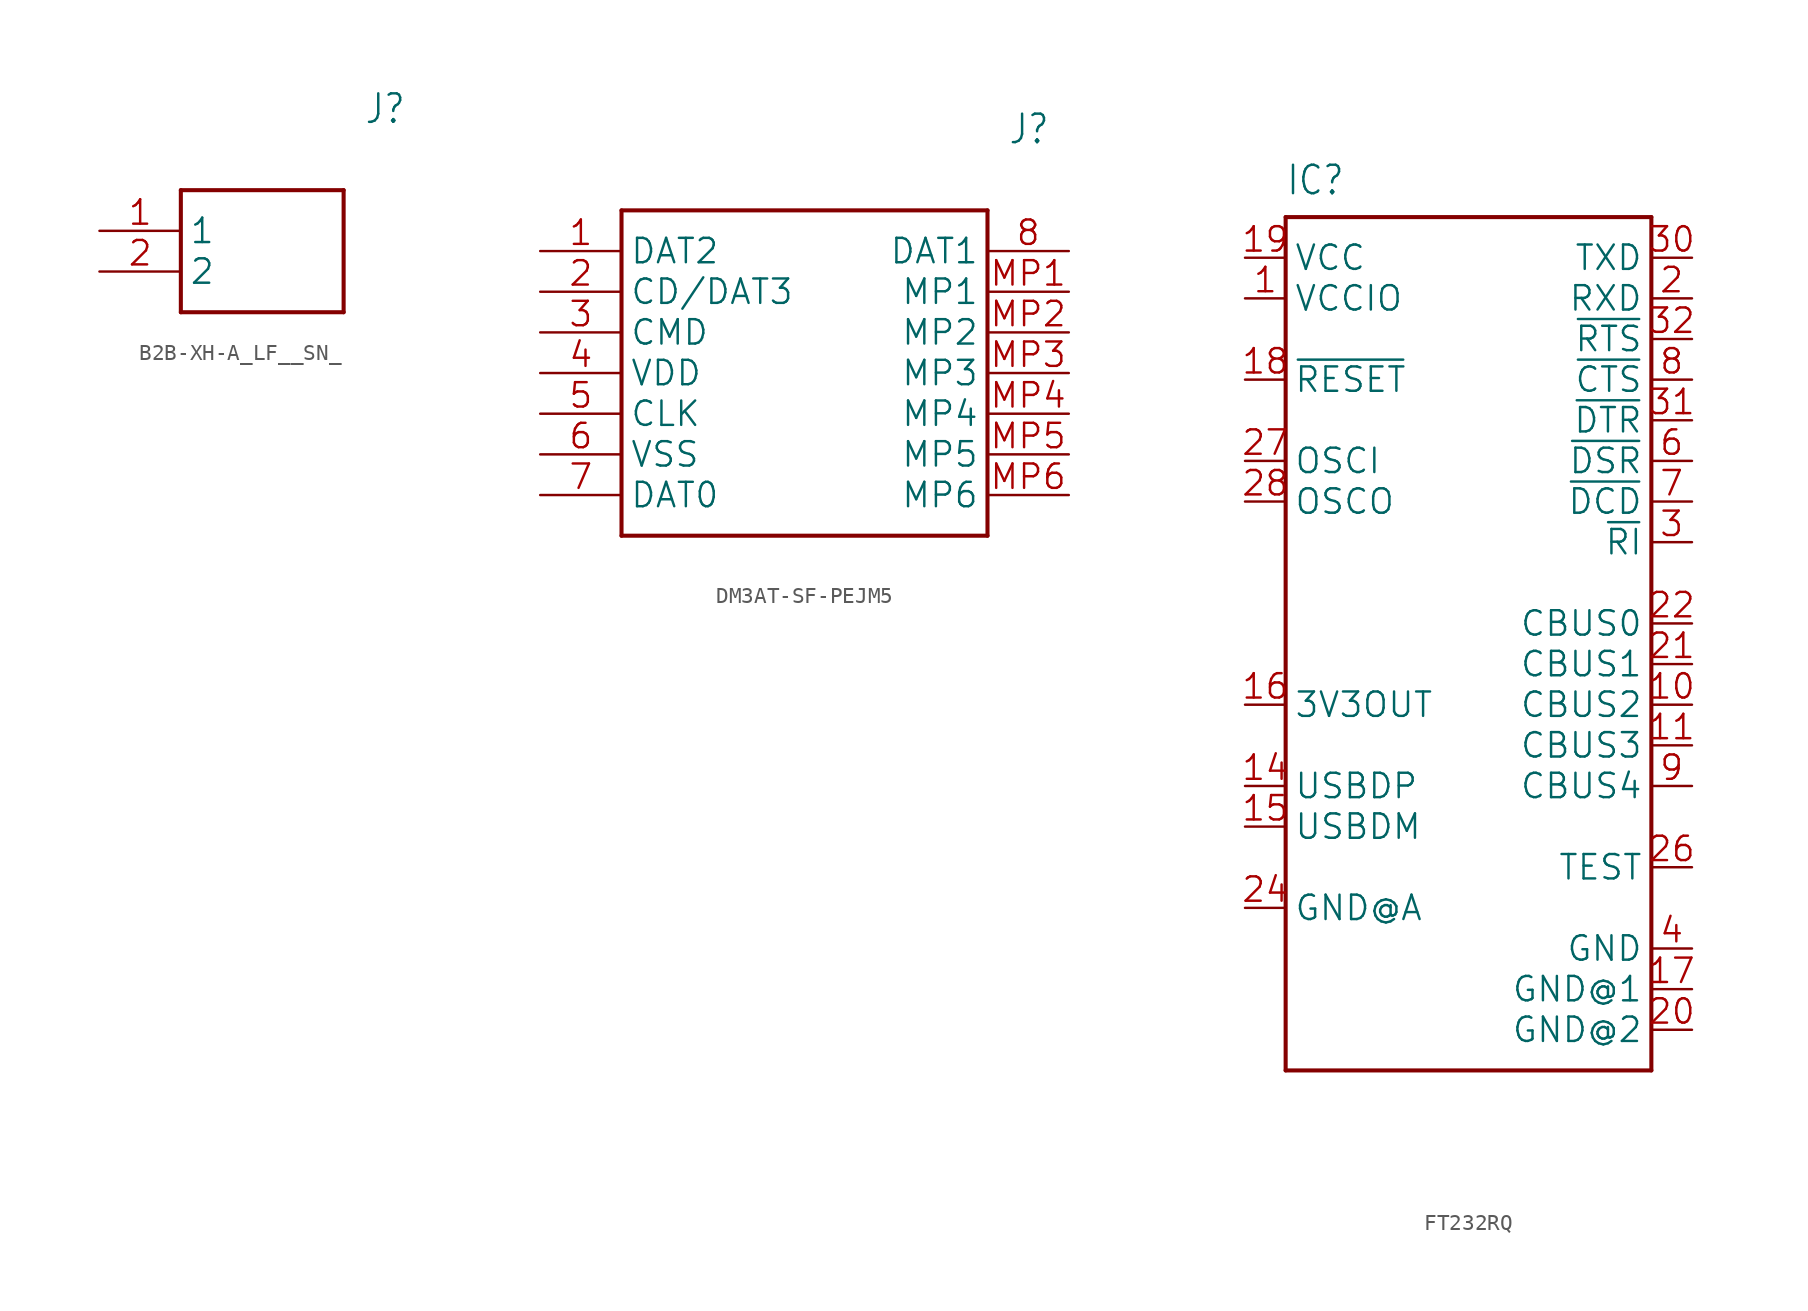
<source format=kicad_sym>
(kicad_symbol_lib
  (version 20241209)
  (generator "kicad_symbol_editor")
  (generator_version "9.0")
  (symbol "B2B-XH-A_LF__SN_"
    (property "Reference" "J"
      (at 16.51 7.62 0)
      (effects (font (size 1.778 1.511)) (justify left)))
    (property "Value" ""
      (at 16.51 5.08 0)
      (effects (font (size 1.778 1.511)) (justify left)))
    (property "ki_locked" ""
      (at 0 0 0)
      (effects (font (size 1.27 1.27))))
    (symbol "B2B-XH-A_LF__SN__1_0"
      (polyline (pts (xy 5.08 2.54) (xy 5.08 -5.08)) (stroke (width 0.254) (type solid)) (fill (type none)))
      (polyline (pts (xy 5.08 2.54) (xy 15.24 2.54)) (stroke (width 0.254) (type solid)) (fill (type none)))
      (polyline (pts (xy 15.24 -5.08) (xy 5.08 -5.08)) (stroke (width 0.254) (type solid)) (fill (type none)))
      (polyline (pts (xy 15.24 -5.08) (xy 15.24 2.54)) (stroke (width 0.254) (type solid)) (fill (type none)))
      (pin bidirectional line (at 0 0 0) (length 5.08) (name "1" (effects (font (size 1.524 1.524)))) (number "1" (effects (font (size 1.524 1.524)))))
      (pin bidirectional line (at 0 -2.54 0) (length 5.08) (name "2" (effects (font (size 1.524 1.524)))) (number "2" (effects (font (size 1.524 1.524)))))))
  (symbol "DM3AT-SF-PEJM5"
    (property "Reference" "J"
      (at 29.21 7.62 0)
      (effects (font (size 1.778 1.511)) (justify left)))
    (property "Value" ""
      (at 29.21 5.08 0)
      (effects (font (size 1.778 1.511)) (justify left)))
    (property "ki_locked" ""
      (at 0 0 0)
      (effects (font (size 1.27 1.27))))
    (symbol "DM3AT-SF-PEJM5_1_0"
      (polyline (pts (xy 5.08 2.54) (xy 5.08 -17.78)) (stroke (width 0.254) (type solid)) (fill (type none)))
      (polyline (pts (xy 5.08 2.54) (xy 27.94 2.54)) (stroke (width 0.254) (type solid)) (fill (type none)))
      (polyline (pts (xy 27.94 -17.78) (xy 5.08 -17.78)) (stroke (width 0.254) (type solid)) (fill (type none)))
      (polyline (pts (xy 27.94 -17.78) (xy 27.94 2.54)) (stroke (width 0.254) (type solid)) (fill (type none)))
      (pin bidirectional line (at 0 0 0) (length 5.08) (name "DAT2" (effects (font (size 1.524 1.524)))) (number "1" (effects (font (size 1.524 1.524)))))
      (pin bidirectional line (at 0 -2.54 0) (length 5.08) (name "CD/DAT3" (effects (font (size 1.524 1.524)))) (number "2" (effects (font (size 1.524 1.524)))))
      (pin bidirectional line (at 0 -5.08 0) (length 5.08) (name "CMD" (effects (font (size 1.524 1.524)))) (number "3" (effects (font (size 1.524 1.524)))))
      (pin bidirectional line (at 0 -7.62 0) (length 5.08) (name "VDD" (effects (font (size 1.524 1.524)))) (number "4" (effects (font (size 1.524 1.524)))))
      (pin bidirectional line (at 0 -10.16 0) (length 5.08) (name "CLK" (effects (font (size 1.524 1.524)))) (number "5" (effects (font (size 1.524 1.524)))))
      (pin bidirectional line (at 0 -12.7 0) (length 5.08) (name "VSS" (effects (font (size 1.524 1.524)))) (number "6" (effects (font (size 1.524 1.524)))))
      (pin bidirectional line (at 0 -15.24 0) (length 5.08) (name "DAT0" (effects (font (size 1.524 1.524)))) (number "7" (effects (font (size 1.524 1.524)))))
      (pin bidirectional line (at 33.02 0 180) (length 5.08) (name "DAT1" (effects (font (size 1.524 1.524)))) (number "8" (effects (font (size 1.524 1.524)))))
      (pin bidirectional line (at 33.02 -2.54 180) (length 5.08) (name "MP1" (effects (font (size 1.524 1.524)))) (number "MP1" (effects (font (size 1.524 1.524)))))
      (pin bidirectional line (at 33.02 -5.08 180) (length 5.08) (name "MP2" (effects (font (size 1.524 1.524)))) (number "MP2" (effects (font (size 1.524 1.524)))))
      (pin bidirectional line (at 33.02 -7.62 180) (length 5.08) (name "MP3" (effects (font (size 1.524 1.524)))) (number "MP3" (effects (font (size 1.524 1.524)))))
      (pin bidirectional line (at 33.02 -10.16 180) (length 5.08) (name "MP4" (effects (font (size 1.524 1.524)))) (number "MP4" (effects (font (size 1.524 1.524)))))
      (pin bidirectional line (at 33.02 -12.7 180) (length 5.08) (name "MP5" (effects (font (size 1.524 1.524)))) (number "MP5" (effects (font (size 1.524 1.524)))))
      (pin bidirectional line (at 33.02 -15.24 180) (length 5.08) (name "MP6" (effects (font (size 1.524 1.524)))) (number "MP6" (effects (font (size 1.524 1.524)))))))
  (symbol "FT232RQ"
    (property "Reference" "IC"
      (at -10.16 26.67 0)
      (effects (font (size 1.778 1.511)) (justify left bottom)))
    (property "Value" ""
      (at -10.16 -30.48 0)
      (effects (font (size 1.778 1.511)) (justify left bottom)))
    (property "ki_locked" ""
      (at 0 0 0)
      (effects (font (size 1.27 1.27))))
    (symbol "FT232RQ_1_0"
      (polyline (pts (xy -10.16 25.4) (xy 12.7 25.4)) (stroke (width 0.254) (type solid)) (fill (type none)))
      (polyline (pts (xy -10.16 -27.94) (xy -10.16 25.4)) (stroke (width 0.254) (type solid)) (fill (type none)))
      (polyline (pts (xy 12.7 25.4) (xy 12.7 -27.94)) (stroke (width 0.254) (type solid)) (fill (type none)))
      (polyline (pts (xy 12.7 -27.94) (xy -10.16 -27.94)) (stroke (width 0.254) (type solid)) (fill (type none)))
      (pin power_in line (at -12.7 22.86 0) (length 2.54) (name "VCC" (effects (font (size 1.524 1.524)))) (number "19" (effects (font (size 1.524 1.524)))))
      (pin power_in line (at -12.7 20.32 0) (length 2.54) (name "VCCIO" (effects (font (size 1.524 1.524)))) (number "1" (effects (font (size 1.524 1.524)))))
      (pin input line (at -12.7 15.24 0) (length 2.54) (name "~{RESET}" (effects (font (size 1.524 1.524)))) (number "18" (effects (font (size 1.524 1.524)))))
      (pin input line (at -12.7 10.16 0) (length 2.54) (name "OSCI" (effects (font (size 1.524 1.524)))) (number "27" (effects (font (size 1.524 1.524)))))
      (pin output line (at -12.7 7.62 0) (length 2.54) (name "OSCO" (effects (font (size 1.524 1.524)))) (number "28" (effects (font (size 1.524 1.524)))))
      (pin output line (at -12.7 -5.08 0) (length 2.54) (name "3V3OUT" (effects (font (size 1.524 1.524)))) (number "16" (effects (font (size 1.524 1.524)))))
      (pin bidirectional line (at -12.7 -10.16 0) (length 2.54) (name "USBDP" (effects (font (size 1.524 1.524)))) (number "14" (effects (font (size 1.524 1.524)))))
      (pin bidirectional line (at -12.7 -12.7 0) (length 2.54) (name "USBDM" (effects (font (size 1.524 1.524)))) (number "15" (effects (font (size 1.524 1.524)))))
      (pin power_in line (at -12.7 -17.78 0) (length 2.54) (name "GND@A" (effects (font (size 1.524 1.524)))) (number "24" (effects (font (size 1.524 1.524)))))
      (pin output line (at 15.24 22.86 180) (length 2.54) (name "TXD" (effects (font (size 1.524 1.524)))) (number "30" (effects (font (size 1.524 1.524)))))
      (pin input line (at 15.24 20.32 180) (length 2.54) (name "RXD" (effects (font (size 1.524 1.524)))) (number "2" (effects (font (size 1.524 1.524)))))
      (pin output line (at 15.24 17.78 180) (length 2.54) (name "~{RTS}" (effects (font (size 1.524 1.524)))) (number "32" (effects (font (size 1.524 1.524)))))
      (pin input line (at 15.24 15.24 180) (length 2.54) (name "~{CTS}" (effects (font (size 1.524 1.524)))) (number "8" (effects (font (size 1.524 1.524)))))
      (pin output line (at 15.24 12.7 180) (length 2.54) (name "~{DTR}" (effects (font (size 1.524 1.524)))) (number "31" (effects (font (size 1.524 1.524)))))
      (pin input line (at 15.24 10.16 180) (length 2.54) (name "~{DSR}" (effects (font (size 1.524 1.524)))) (number "6" (effects (font (size 1.524 1.524)))))
      (pin input line (at 15.24 7.62 180) (length 2.54) (name "~{DCD}" (effects (font (size 1.524 1.524)))) (number "7" (effects (font (size 1.524 1.524)))))
      (pin input line (at 15.24 5.08 180) (length 2.54) (name "~{RI}" (effects (font (size 1.524 1.524)))) (number "3" (effects (font (size 1.524 1.524)))))
      (pin bidirectional line (at 15.24 0 180) (length 2.54) (name "CBUS0" (effects (font (size 1.524 1.524)))) (number "22" (effects (font (size 1.524 1.524)))))
      (pin bidirectional line (at 15.24 -2.54 180) (length 2.54) (name "CBUS1" (effects (font (size 1.524 1.524)))) (number "21" (effects (font (size 1.524 1.524)))))
      (pin bidirectional line (at 15.24 -5.08 180) (length 2.54) (name "CBUS2" (effects (font (size 1.524 1.524)))) (number "10" (effects (font (size 1.524 1.524)))))
      (pin bidirectional line (at 15.24 -7.62 180) (length 2.54) (name "CBUS3" (effects (font (size 1.524 1.524)))) (number "11" (effects (font (size 1.524 1.524)))))
      (pin bidirectional line (at 15.24 -10.16 180) (length 2.54) (name "CBUS4" (effects (font (size 1.524 1.524)))) (number "9" (effects (font (size 1.524 1.524)))))
      (pin input line (at 15.24 -15.24 180) (length 2.54) (name "TEST" (effects (font (size 1.524 1.524)))) (number "26" (effects (font (size 1.524 1.524)))))
      (pin power_in line (at 15.24 -20.32 180) (length 2.54) (name "GND" (effects (font (size 1.524 1.524)))) (number "4" (effects (font (size 1.524 1.524)))))
      (pin power_in line (at 15.24 -22.86 180) (length 2.54) (name "GND@1" (effects (font (size 1.524 1.524)))) (number "17" (effects (font (size 1.524 1.524)))))
      (pin power_in line (at 15.24 -25.4 180) (length 2.54) (name "GND@2" (effects (font (size 1.524 1.524)))) (number "20" (effects (font (size 1.524 1.524))))))))
</source>
